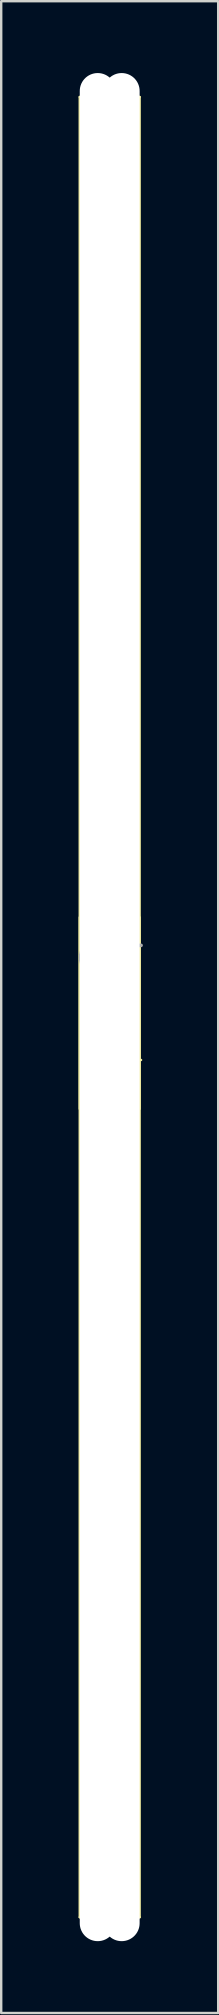
<source format=kicad_pcb>
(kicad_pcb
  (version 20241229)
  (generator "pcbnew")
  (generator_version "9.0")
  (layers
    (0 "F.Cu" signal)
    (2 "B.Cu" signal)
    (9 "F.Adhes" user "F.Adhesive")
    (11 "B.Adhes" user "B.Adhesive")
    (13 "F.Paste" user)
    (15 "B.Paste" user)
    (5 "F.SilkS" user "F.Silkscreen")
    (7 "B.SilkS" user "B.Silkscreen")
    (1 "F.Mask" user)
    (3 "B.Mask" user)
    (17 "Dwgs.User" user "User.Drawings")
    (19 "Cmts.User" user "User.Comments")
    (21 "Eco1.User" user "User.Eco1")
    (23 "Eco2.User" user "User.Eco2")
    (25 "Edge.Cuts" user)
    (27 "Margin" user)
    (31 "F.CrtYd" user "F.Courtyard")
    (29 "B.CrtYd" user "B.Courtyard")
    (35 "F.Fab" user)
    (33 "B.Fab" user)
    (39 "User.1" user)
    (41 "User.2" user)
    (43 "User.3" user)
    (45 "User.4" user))
  (footprint "CUT"
    (layer "F.Cu")
    (at 1.53 39)
    (property "Reference" "CUT" (at 0 2.75 0) (unlocked yes) (layer "F.SilkS") (effects (font (size 1 1) (thickness 0.1))))
    (attr through_hole)
    (fp_line (start -1.25 4.25) (end -1.25 -3.75) (stroke (width 0.1) (type default)) (layer "F.SilkS"))
    (fp_line (start -1.25 38) (end -1.25 -38) (stroke (width 0.1) (type default)) (layer "F.SilkS"))
    (fp_line (start 1.25 -38) (end -1.25 -38) (stroke (width 0.1) (type default)) (layer "F.SilkS"))
    (fp_line (start 1.25 -38) (end 1.25 38) (stroke (width 0.1) (type default)) (layer "F.SilkS"))
    (fp_line (start 1.25 -3.75) (end 1.25 4.25) (stroke (width 0.1) (type default)) (layer "F.SilkS"))
    (fp_line (start 1.25 38) (end -1.25 38) (stroke (width 0.1) (type default)) (layer "F.SilkS"))
    (fp_text user "${REFERENCE}" (at 0 -2.032 0) (unlocked yes) (layer "F.Fab") (effects (font (size 1 1) (thickness 0.15))))
    (pad "" np_thru_hole oval (at -0.5 0) (size 1.5 78) (drill oval 1.5 78) (layers "*.Cu" "*.Mask"))
    (pad "" np_thru_hole oval (at 0.5 0) (size 1.5 78) (drill oval 1.5 78) (layers "*.Cu" "*.Mask")))
  (gr_rect
    (start -3 -3)
    (end 6.06 81)
    (stroke (width 0.1) (type default))
    (fill no)
    (layer "Edge.Cuts")))
</source>
